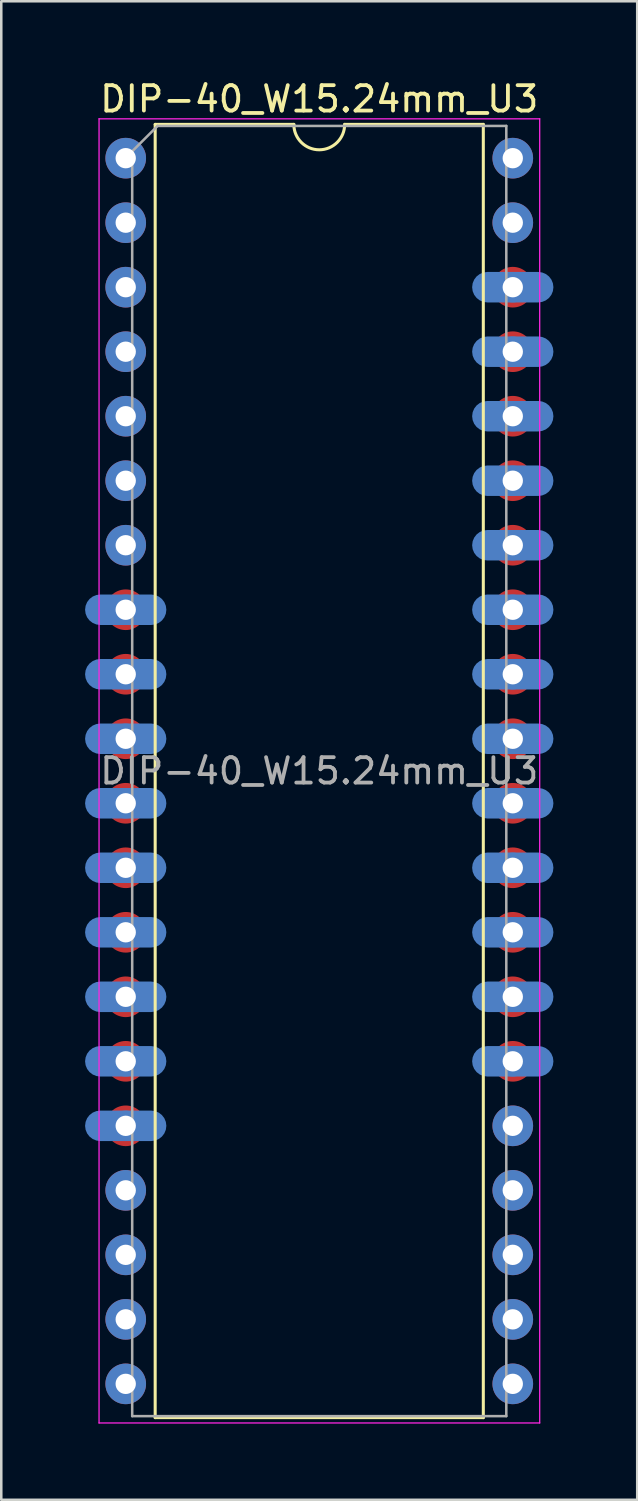
<source format=kicad_pcb>
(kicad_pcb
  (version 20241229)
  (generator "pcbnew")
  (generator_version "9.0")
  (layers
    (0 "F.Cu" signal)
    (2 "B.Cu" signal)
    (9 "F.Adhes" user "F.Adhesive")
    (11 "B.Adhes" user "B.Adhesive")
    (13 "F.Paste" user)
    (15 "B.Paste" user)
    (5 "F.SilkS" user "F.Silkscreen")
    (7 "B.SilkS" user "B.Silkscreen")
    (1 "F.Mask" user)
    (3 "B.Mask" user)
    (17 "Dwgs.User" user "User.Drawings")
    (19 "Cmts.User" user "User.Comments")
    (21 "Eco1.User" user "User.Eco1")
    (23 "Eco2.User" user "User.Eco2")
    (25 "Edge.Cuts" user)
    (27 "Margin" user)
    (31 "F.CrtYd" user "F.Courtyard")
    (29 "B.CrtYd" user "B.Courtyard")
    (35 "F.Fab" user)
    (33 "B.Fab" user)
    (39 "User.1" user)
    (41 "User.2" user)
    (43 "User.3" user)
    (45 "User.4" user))
  (footprint "DIP-40_W15.24mm_U3"
    (layer "F.Cu")
    (at 1.9 3.178)
    (property "Reference" "DIP-40_W15.24mm_U3" (at 7.62 -2.33 0) (layer "F.SilkS") (effects (font (size 1 1) (thickness 0.15))))
    (attr through_hole)
    (fp_rect (start 1.2 0) (end -1.2 48.26) (stroke (width 0) (type solid)) (fill yes) (layer "F.Mask"))
    (fp_rect (start 16.44 0) (end 14.04 48.26) (stroke (width 0) (type solid)) (fill yes) (layer "F.Mask"))
    (fp_circle (center 0 0) (end 1.2 0) (stroke (width 0) (type solid)) (fill yes) (layer "F.Mask"))
    (fp_circle (center 0 17.78) (end 0.8 17.78) (stroke (width 0) (type solid)) (fill yes) (layer "F.Mask"))
    (fp_circle (center 0 20.32) (end 0.8 20.32) (stroke (width 0) (type solid)) (fill yes) (layer "F.Mask"))
    (fp_circle (center 0 22.86) (end 0.8 22.86) (stroke (width 0) (type solid)) (fill yes) (layer "F.Mask"))
    (fp_circle (center 0 25.4) (end 0.8 25.4) (stroke (width 0) (type solid)) (fill yes) (layer "F.Mask"))
    (fp_circle (center 0 27.94) (end 0.8 27.94) (stroke (width 0) (type solid)) (fill yes) (layer "F.Mask"))
    (fp_circle (center 0 30.48) (end 0.8 30.48) (stroke (width 0) (type solid)) (fill yes) (layer "F.Mask"))
    (fp_circle (center 0 33.02) (end 0.8 33.02) (stroke (width 0) (type solid)) (fill yes) (layer "F.Mask"))
    (fp_circle (center 0 35.56) (end 0.8 35.56) (stroke (width 0) (type solid)) (fill yes) (layer "F.Mask"))
    (fp_circle (center 0 38.1) (end 0.8 38.1) (stroke (width 0) (type solid)) (fill yes) (layer "F.Mask"))
    (fp_circle (center 0 48.26) (end 1.2 48.26) (stroke (width 0) (type solid)) (fill yes) (layer "F.Mask"))
    (fp_circle (center 15.238 20.32) (end 16.038 20.32) (stroke (width 0) (type solid)) (fill yes) (layer "F.Mask"))
    (fp_circle (center 15.238 22.86) (end 16.038 22.86) (stroke (width 0) (type solid)) (fill yes) (layer "F.Mask"))
    (fp_circle (center 15.24 0) (end 16.44 0) (stroke (width 0) (type solid)) (fill yes) (layer "F.Mask"))
    (fp_circle (center 15.24 5.08) (end 16.04 5.08) (stroke (width 0) (type solid)) (fill yes) (layer "F.Mask"))
    (fp_circle (center 15.24 7.62) (end 16.04 7.62) (stroke (width 0) (type solid)) (fill yes) (layer "F.Mask"))
    (fp_circle (center 15.24 10.16) (end 16.04 10.16) (stroke (width 0) (type solid)) (fill yes) (layer "F.Mask"))
    (fp_circle (center 15.24 12.7) (end 16.04 12.7) (stroke (width 0) (type solid)) (fill yes) (layer "F.Mask"))
    (fp_circle (center 15.24 15.24) (end 16.04 15.24) (stroke (width 0) (type solid)) (fill yes) (layer "F.Mask"))
    (fp_circle (center 15.24 17.78) (end 16.04 17.78) (stroke (width 0) (type solid)) (fill yes) (layer "F.Mask"))
    (fp_circle (center 15.24 25.4) (end 16.04 25.4) (stroke (width 0) (type solid)) (fill yes) (layer "F.Mask"))
    (fp_circle (center 15.24 27.94) (end 16.04 27.94) (stroke (width 0) (type solid)) (fill yes) (layer "F.Mask"))
    (fp_circle (center 15.24 30.48) (end 16.04 30.48) (stroke (width 0) (type solid)) (fill yes) (layer "F.Mask"))
    (fp_circle (center 15.24 33.02) (end 16.04 33.02) (stroke (width 0) (type solid)) (fill yes) (layer "F.Mask"))
    (fp_circle (center 15.24 35.56) (end 16.04 35.56) (stroke (width 0) (type solid)) (fill yes) (layer "F.Mask"))
    (fp_circle (center 15.24 48.26) (end 16.44 48.26) (stroke (width 0) (type solid)) (fill yes) (layer "F.Mask"))
    (fp_rect (start -1.9 16.98) (end 1.9 18.58) (stroke (width 0) (type solid)) (fill yes) (layer "B.Mask"))
    (fp_rect (start -1.9 19.52) (end 1.9 21.12) (stroke (width 0) (type solid)) (fill yes) (layer "B.Mask"))
    (fp_rect (start -1.9 22.06) (end 1.9 23.66) (stroke (width 0) (type solid)) (fill yes) (layer "B.Mask"))
    (fp_rect (start -1.9 24.6) (end 1.9 26.2) (stroke (width 0) (type solid)) (fill yes) (layer "B.Mask"))
    (fp_rect (start -1.9 27.14) (end 1.9 28.74) (stroke (width 0) (type solid)) (fill yes) (layer "B.Mask"))
    (fp_rect (start -1.9 29.68) (end 1.9 31.28) (stroke (width 0) (type solid)) (fill yes) (layer "B.Mask"))
    (fp_rect (start -1.9 32.22) (end 1.9 33.82) (stroke (width 0) (type solid)) (fill yes) (layer "B.Mask"))
    (fp_rect (start -1.9 34.76) (end 1.9 36.36) (stroke (width 0) (type solid)) (fill yes) (layer "B.Mask"))
    (fp_rect (start -1.9 37.3) (end 1.9 38.9) (stroke (width 0) (type solid)) (fill yes) (layer "B.Mask"))
    (fp_rect (start -1.2 0) (end 1.2 15.24) (stroke (width 0) (type solid)) (fill yes) (layer "B.Mask"))
    (fp_rect (start -1.2 40.64) (end 1.2 48.26) (stroke (width 0) (type solid)) (fill yes) (layer "B.Mask"))
    (fp_rect (start 13.34 4.28) (end 17.14 5.88) (stroke (width 0) (type solid)) (fill yes) (layer "B.Mask"))
    (fp_rect (start 13.34 6.82) (end 17.14 8.42) (stroke (width 0) (type solid)) (fill yes) (layer "B.Mask"))
    (fp_rect (start 13.34 9.36) (end 17.14 10.96) (stroke (width 0) (type solid)) (fill yes) (layer "B.Mask"))
    (fp_rect (start 13.34 11.9) (end 17.14 13.5) (stroke (width 0) (type solid)) (fill yes) (layer "B.Mask"))
    (fp_rect (start 13.34 14.44) (end 17.14 16.04) (stroke (width 0) (type solid)) (fill yes) (layer "B.Mask"))
    (fp_rect (start 13.34 16.98) (end 17.14 18.58) (stroke (width 0) (type solid)) (fill yes) (layer "B.Mask"))
    (fp_rect (start 13.34 19.52) (end 17.14 21.12) (stroke (width 0) (type solid)) (fill yes) (layer "B.Mask"))
    (fp_rect (start 13.34 22.06) (end 17.14 23.66) (stroke (width 0) (type solid)) (fill yes) (layer "B.Mask"))
    (fp_rect (start 13.34 24.6) (end 17.14 26.2) (stroke (width 0) (type solid)) (fill yes) (layer "B.Mask"))
    (fp_rect (start 13.34 27.14) (end 17.14 28.74) (stroke (width 0) (type solid)) (fill yes) (layer "B.Mask"))
    (fp_rect (start 13.34 29.68) (end 17.14 31.28) (stroke (width 0) (type solid)) (fill yes) (layer "B.Mask"))
    (fp_rect (start 13.34 32.22) (end 17.14 33.82) (stroke (width 0) (type solid)) (fill yes) (layer "B.Mask"))
    (fp_rect (start 13.34 34.76) (end 17.14 36.36) (stroke (width 0) (type solid)) (fill yes) (layer "B.Mask"))
    (fp_rect (start 14.04 0) (end 16.44 2.54) (stroke (width 0) (type solid)) (fill yes) (layer "B.Mask"))
    (fp_rect (start 14.04 38.1) (end 16.44 48.26) (stroke (width 0) (type solid)) (fill yes) (layer "B.Mask"))
    (fp_circle (center 0 0) (end 1.2 0) (stroke (width 0) (type solid)) (fill yes) (layer "B.Mask"))
    (fp_circle (center 0 15.24) (end 1.2 15.24) (stroke (width 0) (type solid)) (fill yes) (layer "B.Mask"))
    (fp_circle (center 0 40.64) (end 1.2 40.64) (stroke (width 0) (type solid)) (fill yes) (layer "B.Mask"))
    (fp_circle (center 0 48.26) (end 1.2 48.26) (stroke (width 0) (type solid)) (fill yes) (layer "B.Mask"))
    (fp_circle (center 15.24 0) (end 16.44 0) (stroke (width 0) (type solid)) (fill yes) (layer "B.Mask"))
    (fp_circle (center 15.24 2.54) (end 16.44 2.54) (stroke (width 0) (type solid)) (fill yes) (layer "B.Mask"))
    (fp_circle (center 15.24 38.1) (end 16.44 38.1) (stroke (width 0) (type solid)) (fill yes) (layer "B.Mask"))
    (fp_circle (center 15.24 48.26) (end 16.44 48.26) (stroke (width 0) (type solid)) (fill yes) (layer "B.Mask"))
    (fp_line (start 1.16 -1.33) (end 1.16 49.59) (stroke (width 0.12) (type solid)) (layer "F.SilkS"))
    (fp_line (start 1.16 49.59) (end 14.08 49.59) (stroke (width 0.12) (type solid)) (layer "F.SilkS"))
    (fp_line (start 6.62 -1.33) (end 1.16 -1.33) (stroke (width 0.12) (type solid)) (layer "F.SilkS"))
    (fp_line (start 14.08 -1.33) (end 8.62 -1.33) (stroke (width 0.12) (type solid)) (layer "F.SilkS"))
    (fp_line (start 14.08 49.59) (end 14.08 -1.33) (stroke (width 0.12) (type solid)) (layer "F.SilkS"))
    (fp_arc (start 8.62 -1.33) (mid 7.62 -0.33) (end 6.62 -1.33) (stroke (width 0.12) (type solid)) (layer "F.SilkS"))
    (fp_line (start -1.05 -1.55) (end -1.05 49.8) (stroke (width 0.05) (type solid)) (layer "F.CrtYd"))
    (fp_line (start -1.05 49.8) (end 16.3 49.8) (stroke (width 0.05) (type solid)) (layer "F.CrtYd"))
    (fp_line (start 16.3 -1.55) (end -1.05 -1.55) (stroke (width 0.05) (type solid)) (layer "F.CrtYd"))
    (fp_line (start 16.3 49.8) (end 16.3 -1.55) (stroke (width 0.05) (type solid)) (layer "F.CrtYd"))
    (fp_line (start 0.255 -0.27) (end 1.255 -1.27) (stroke (width 0.1) (type solid)) (layer "F.Fab"))
    (fp_line (start 0.255 49.53) (end 0.255 -0.27) (stroke (width 0.1) (type solid)) (layer "F.Fab"))
    (fp_line (start 1.255 -1.27) (end 14.985 -1.27) (stroke (width 0.1) (type solid)) (layer "F.Fab"))
    (fp_line (start 14.985 -1.27) (end 14.985 49.53) (stroke (width 0.1) (type solid)) (layer "F.Fab"))
    (fp_line (start 14.985 49.53) (end 0.255 49.53) (stroke (width 0.1) (type solid)) (layer "F.Fab"))
    (fp_text user "${REFERENCE}" (at 7.62 24.13 0) (layer "F.Fab") (effects (font (size 1 1) (thickness 0.15))))
    (pad "1" thru_hole oval (at 0 0) (size 1.6 1.6) (drill 0.8) (layers "*.Cu" "*.Mask"))
    (pad "2" thru_hole oval (at 0 2.54) (size 1.6 1.6) (drill 0.8) (layers "*.Cu" "*.Mask"))
    (pad "3" thru_hole oval (at 0 5.08) (size 1.6 1.6) (drill 0.8) (layers "*.Cu" "*.Mask"))
    (pad "4" thru_hole oval (at 0 7.62) (size 1.6 1.6) (drill 0.8) (layers "*.Cu" "*.Mask"))
    (pad "5" thru_hole oval (at 0 10.16) (size 1.6 1.6) (drill 0.8) (layers "*.Cu" "*.Mask"))
    (pad "6" thru_hole oval (at 0 12.7) (size 1.6 1.6) (drill 0.8) (layers "*.Cu" "*.Mask"))
    (pad "7" thru_hole oval (at 0 15.24) (size 1.6 1.6) (drill 0.8) (layers "*.Cu" "*.Mask"))
    (pad "8" thru_hole oval (at 0 17.78) (size 1.2 1.2) (drill 0.8) (layers "*.Cu" "*.Mask"))
    (pad "8" smd circle (at 0 17.78) (size 1.6 1.6) (layers "F.Cu"))
    (pad "8" smd roundrect (at 0 17.78) (size 3.2 1.2) (layers "B.Cu") (roundrect_rratio 0.5))
    (pad "9" thru_hole oval (at 0 20.32) (size 1.2 1.2) (drill 0.8) (layers "*.Cu" "*.Mask"))
    (pad "9" smd circle (at 0 20.32) (size 1.6 1.6) (layers "F.Cu"))
    (pad "9" smd roundrect (at 0 20.32) (size 3.2 1.2) (layers "B.Cu") (roundrect_rratio 0.5))
    (pad "10" thru_hole oval (at 0 22.86) (size 1.2 1.2) (drill 0.8) (layers "*.Cu" "*.Mask"))
    (pad "10" smd circle (at 0 22.86) (size 1.6 1.6) (layers "F.Cu"))
    (pad "10" smd roundrect (at 0 22.86) (size 3.2 1.2) (layers "B.Cu") (roundrect_rratio 0.5))
    (pad "11" thru_hole oval (at 0 25.4) (size 1.2 1.2) (drill 0.8) (layers "*.Cu" "*.Mask"))
    (pad "11" smd circle (at 0 25.4) (size 1.6 1.6) (layers "F.Cu"))
    (pad "11" smd roundrect (at 0 25.4) (size 3.2 1.2) (layers "B.Cu") (roundrect_rratio 0.5))
    (pad "12" thru_hole oval (at 0 27.94) (size 1.2 1.2) (drill 0.8) (layers "*.Cu" "*.Mask"))
    (pad "12" smd circle (at 0 27.94) (size 1.6 1.6) (layers "F.Cu"))
    (pad "12" smd roundrect (at 0 27.94) (size 3.2 1.2) (layers "B.Cu") (roundrect_rratio 0.5))
    (pad "13" thru_hole oval (at 0 30.48) (size 1.2 1.2) (drill 0.8) (layers "*.Cu" "*.Mask"))
    (pad "13" smd circle (at 0 30.48) (size 1.6 1.6) (layers "F.Cu"))
    (pad "13" smd roundrect (at 0 30.48) (size 3.2 1.2) (layers "B.Cu") (roundrect_rratio 0.5))
    (pad "14" thru_hole oval (at 0 33.02) (size 1.2 1.2) (drill 0.8) (layers "*.Cu" "*.Mask"))
    (pad "14" smd circle (at 0 33.02) (size 1.6 1.6) (layers "F.Cu"))
    (pad "14" smd roundrect (at 0 33.02) (size 3.2 1.2) (layers "B.Cu") (roundrect_rratio 0.5))
    (pad "15" thru_hole oval (at 0 35.56) (size 1.2 1.2) (drill 0.8) (layers "*.Cu" "*.Mask"))
    (pad "15" smd circle (at 0 35.56) (size 1.6 1.6) (layers "F.Cu"))
    (pad "15" smd roundrect (at 0 35.56) (size 3.2 1.2) (layers "B.Cu") (roundrect_rratio 0.5))
    (pad "16" thru_hole oval (at 0 38.1) (size 1.2 1.2) (drill 0.8) (layers "*.Cu" "*.Mask"))
    (pad "16" smd circle (at 0 38.1) (size 1.6 1.6) (layers "F.Cu"))
    (pad "16" smd roundrect (at 0 38.1) (size 3.2 1.2) (layers "B.Cu") (roundrect_rratio 0.5))
    (pad "17" thru_hole oval (at 0 40.64) (size 1.6 1.6) (drill 0.8) (layers "*.Cu" "*.Mask"))
    (pad "18" thru_hole oval (at 0 43.18) (size 1.6 1.6) (drill 0.8) (layers "*.Cu" "*.Mask"))
    (pad "19" thru_hole oval (at 0 45.72) (size 1.6 1.6) (drill 0.8) (layers "*.Cu" "*.Mask"))
    (pad "20" thru_hole oval (at 0 48.26) (size 1.6 1.6) (drill 0.8) (layers "*.Cu" "*.Mask"))
    (pad "21" thru_hole oval (at 15.24 48.26) (size 1.6 1.6) (drill 0.8) (layers "*.Cu" "*.Mask"))
    (pad "22" thru_hole oval (at 15.24 45.72) (size 1.6 1.6) (drill 0.8) (layers "*.Cu" "*.Mask"))
    (pad "23" thru_hole oval (at 15.24 43.18) (size 1.6 1.6) (drill 0.8) (layers "*.Cu" "*.Mask"))
    (pad "24" thru_hole oval (at 15.24 40.64) (size 1.6 1.6) (drill 0.8) (layers "*.Cu" "*.Mask"))
    (pad "25" thru_hole oval (at 15.24 38.1) (size 1.6 1.6) (drill 0.8) (layers "*.Cu" "*.Mask"))
    (pad "26" thru_hole oval (at 15.24 35.56) (size 1.2 1.2) (drill 0.8) (layers "*.Cu" "*.Mask"))
    (pad "26" smd circle (at 15.24 35.56) (size 1.6 1.6) (layers "F.Cu"))
    (pad "26" smd roundrect (at 15.24 35.56) (size 3.2 1.2) (layers "B.Cu") (roundrect_rratio 0.5))
    (pad "27" thru_hole oval (at 15.24 33.02) (size 1.2 1.2) (drill 0.8) (layers "*.Cu" "*.Mask"))
    (pad "27" smd circle (at 15.24 33.02) (size 1.6 1.6) (layers "F.Cu"))
    (pad "27" smd roundrect (at 15.24 33.02) (size 3.2 1.2) (layers "B.Cu") (roundrect_rratio 0.5))
    (pad "28" thru_hole oval (at 15.24 30.48) (size 1.2 1.2) (drill 0.8) (layers "*.Cu" "*.Mask"))
    (pad "28" smd circle (at 15.24 30.48) (size 1.6 1.6) (layers "F.Cu"))
    (pad "28" smd roundrect (at 15.24 30.48) (size 3.2 1.2) (layers "B.Cu") (roundrect_rratio 0.5))
    (pad "29" thru_hole oval (at 15.24 27.94) (size 1.2 1.2) (drill 0.8) (layers "*.Cu" "*.Mask"))
    (pad "29" smd circle (at 15.24 27.94) (size 1.6 1.6) (layers "F.Cu"))
    (pad "29" smd roundrect (at 15.24 27.94) (size 3.2 1.2) (layers "B.Cu") (roundrect_rratio 0.5))
    (pad "30" thru_hole oval (at 15.24 25.4) (size 1.2 1.2) (drill 0.8) (layers "*.Cu" "*.Mask"))
    (pad "30" smd circle (at 15.24 25.4) (size 1.6 1.6) (layers "F.Cu"))
    (pad "30" smd roundrect (at 15.24 25.4) (size 3.2 1.2) (layers "B.Cu") (roundrect_rratio 0.5))
    (pad "31" thru_hole oval (at 15.24 22.86) (size 1.2 1.2) (drill 0.8) (layers "*.Cu" "*.Mask"))
    (pad "31" smd circle (at 15.24 22.86) (size 1.6 1.6) (layers "F.Cu"))
    (pad "31" smd roundrect (at 15.24 22.86) (size 3.2 1.2) (layers "B.Cu") (roundrect_rratio 0.5))
    (pad "32" thru_hole oval (at 15.24 20.32) (size 1.2 1.2) (drill 0.8) (layers "*.Cu" "*.Mask"))
    (pad "32" smd circle (at 15.24 20.32) (size 1.6 1.6) (layers "F.Cu"))
    (pad "32" smd roundrect (at 15.24 20.32) (size 3.2 1.2) (layers "B.Cu") (roundrect_rratio 0.5))
    (pad "33" thru_hole oval (at 15.24 17.78) (size 1.2 1.2) (drill 0.8) (layers "*.Cu" "*.Mask"))
    (pad "33" smd circle (at 15.24 17.78) (size 1.6 1.6) (layers "F.Cu"))
    (pad "33" smd roundrect (at 15.24 17.78) (size 3.2 1.2) (layers "B.Cu") (roundrect_rratio 0.5))
    (pad "34" thru_hole oval (at 15.24 15.24) (size 1.2 1.2) (drill 0.8) (layers "*.Cu" "*.Mask"))
    (pad "34" smd circle (at 15.24 15.24) (size 1.6 1.6) (layers "F.Cu"))
    (pad "34" smd roundrect (at 15.24 15.24) (size 3.2 1.2) (layers "B.Cu") (roundrect_rratio 0.5))
    (pad "35" thru_hole oval (at 15.24 12.7) (size 1.2 1.2) (drill 0.8) (layers "*.Cu" "*.Mask"))
    (pad "35" smd circle (at 15.24 12.7) (size 1.6 1.6) (layers "F.Cu"))
    (pad "35" smd roundrect (at 15.24 12.7) (size 3.2 1.2) (layers "B.Cu") (roundrect_rratio 0.5))
    (pad "36" thru_hole oval (at 15.24 10.16) (size 1.2 1.2) (drill 0.8) (layers "*.Cu" "*.Mask"))
    (pad "36" smd circle (at 15.24 10.16) (size 1.6 1.6) (layers "F.Cu"))
    (pad "36" smd roundrect (at 15.24 10.16) (size 3.2 1.2) (layers "B.Cu") (roundrect_rratio 0.5))
    (pad "37" thru_hole oval (at 15.24 7.62) (size 1.2 1.2) (drill 0.8) (layers "*.Cu" "*.Mask"))
    (pad "37" smd circle (at 15.24 7.62) (size 1.6 1.6) (layers "F.Cu"))
    (pad "37" smd roundrect (at 15.24 7.62) (size 3.2 1.2) (layers "B.Cu") (roundrect_rratio 0.5))
    (pad "38" thru_hole oval (at 15.24 5.08) (size 1.2 1.2) (drill 0.8) (layers "*.Cu" "*.Mask"))
    (pad "38" smd circle (at 15.24 5.08) (size 1.6 1.6) (layers "F.Cu"))
    (pad "38" smd roundrect (at 15.24 5.08) (size 3.2 1.2) (layers "B.Cu") (roundrect_rratio 0.5))
    (pad "39" thru_hole oval (at 15.24 2.54) (size 1.6 1.6) (drill 0.8) (layers "*.Cu" "*.Mask"))
    (pad "40" thru_hole oval (at 15.24 0) (size 1.6 1.6) (drill 0.8) (layers "*.Cu" "*.Mask")))
  (gr_rect
    (start -3 -3)
    (end 22.04 56.003)
    (stroke (width 0.1) (type default))
    (fill no)
    (layer "Edge.Cuts")))
</source>
